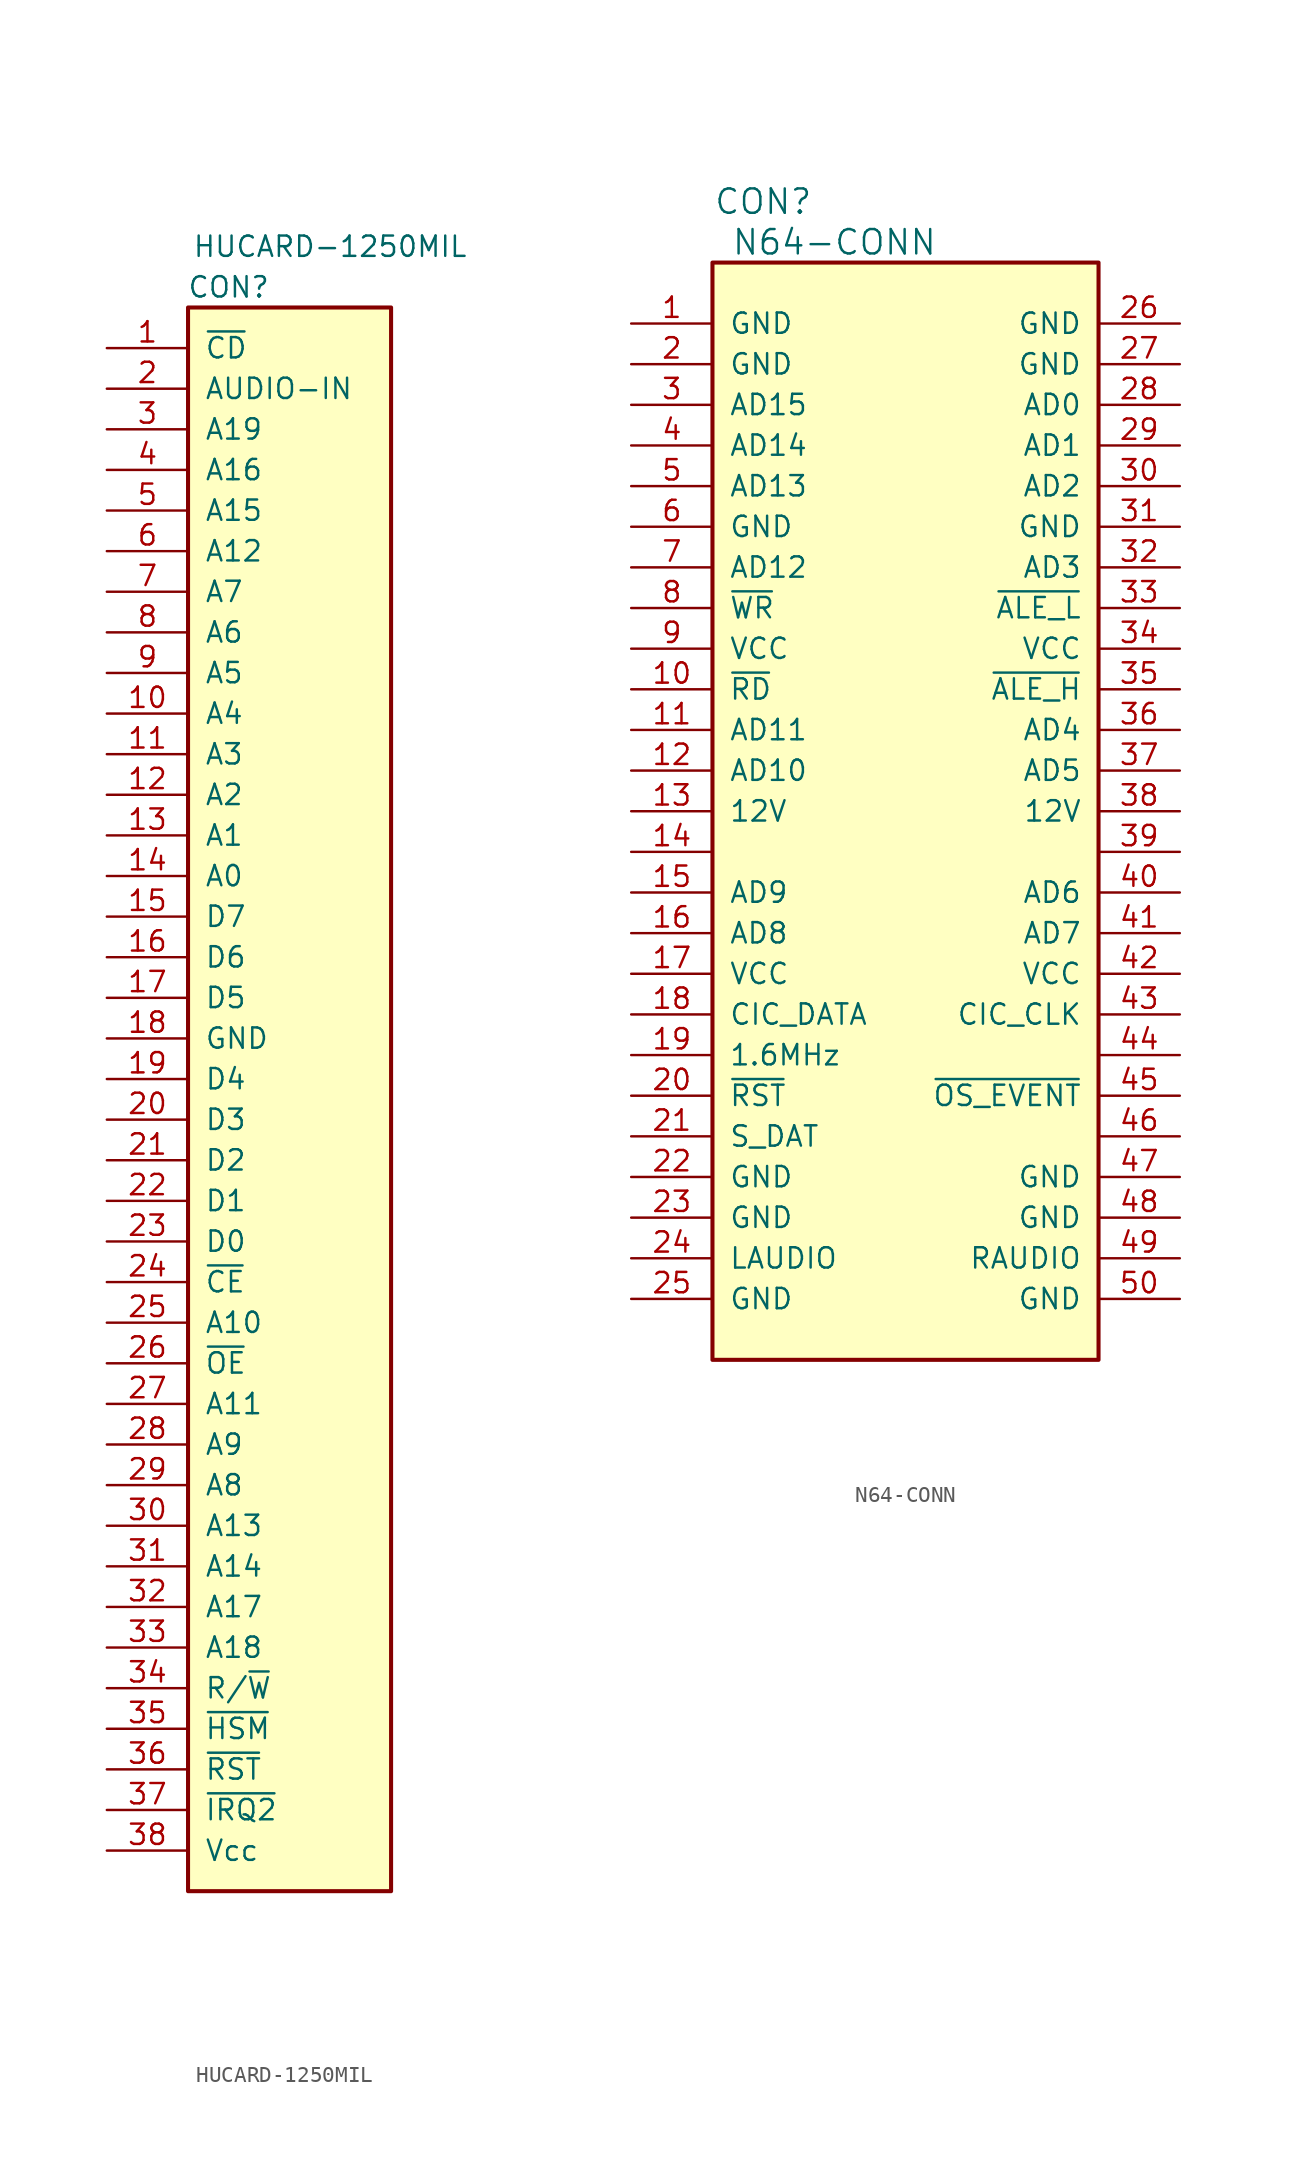
<source format=kicad_sym>
(kicad_symbol_lib
  (version 20220914)
  (generator kicad_symbol_editor)
  (symbol "HUCARD-1250MIL"
    (pin_names
      (offset 1.016))
    (property "Reference" "CON"
      (at 2.54 1.27 0)
      (effects (font (size 1.27 1.27))))
    (property "Value" "HUCARD-1250MIL"
      (at 8.89 3.81 0)
      (effects (font (size 1.27 1.27))))
    (symbol "HUCARD-1250MIL_0_1"
      (rectangle (start 0 0) (end 12.7 -99.06) (stroke (width 0.254) (type default)) (fill (type background))))
    (symbol "HUCARD-1250MIL_1_1"
      (pin input line (at -5.08 -2.54 0) (length 5.08) (name "~{CD}" (effects (font (size 1.27 1.27)))) (number "1" (effects (font (size 1.27 1.27)))))
      (pin input line (at -5.08 -25.4 0) (length 5.08) (name "A4" (effects (font (size 1.27 1.27)))) (number "10" (effects (font (size 1.27 1.27)))))
      (pin input line (at -5.08 -27.94 0) (length 5.08) (name "A3" (effects (font (size 1.27 1.27)))) (number "11" (effects (font (size 1.27 1.27)))))
      (pin input line (at -5.08 -30.48 0) (length 5.08) (name "A2" (effects (font (size 1.27 1.27)))) (number "12" (effects (font (size 1.27 1.27)))))
      (pin input line (at -5.08 -33.02 0) (length 5.08) (name "A1" (effects (font (size 1.27 1.27)))) (number "13" (effects (font (size 1.27 1.27)))))
      (pin input line (at -5.08 -35.56 0) (length 5.08) (name "A0" (effects (font (size 1.27 1.27)))) (number "14" (effects (font (size 1.27 1.27)))))
      (pin input line (at -5.08 -38.1 0) (length 5.08) (name "D7" (effects (font (size 1.27 1.27)))) (number "15" (effects (font (size 1.27 1.27)))))
      (pin input line (at -5.08 -40.64 0) (length 5.08) (name "D6" (effects (font (size 1.27 1.27)))) (number "16" (effects (font (size 1.27 1.27)))))
      (pin input line (at -5.08 -43.18 0) (length 5.08) (name "D5" (effects (font (size 1.27 1.27)))) (number "17" (effects (font (size 1.27 1.27)))))
      (pin power_in line (at -5.08 -45.72 0) (length 5.08) (name "GND" (effects (font (size 1.27 1.27)))) (number "18" (effects (font (size 1.27 1.27)))))
      (pin input line (at -5.08 -48.26 0) (length 5.08) (name "D4" (effects (font (size 1.27 1.27)))) (number "19" (effects (font (size 1.27 1.27)))))
      (pin input line (at -5.08 -5.08 0) (length 5.08) (name "AUDIO-IN" (effects (font (size 1.27 1.27)))) (number "2" (effects (font (size 1.27 1.27)))))
      (pin input line (at -5.08 -50.8 0) (length 5.08) (name "D3" (effects (font (size 1.27 1.27)))) (number "20" (effects (font (size 1.27 1.27)))))
      (pin input line (at -5.08 -53.34 0) (length 5.08) (name "D2" (effects (font (size 1.27 1.27)))) (number "21" (effects (font (size 1.27 1.27)))))
      (pin input line (at -5.08 -55.88 0) (length 5.08) (name "D1" (effects (font (size 1.27 1.27)))) (number "22" (effects (font (size 1.27 1.27)))))
      (pin input line (at -5.08 -58.42 0) (length 5.08) (name "D0" (effects (font (size 1.27 1.27)))) (number "23" (effects (font (size 1.27 1.27)))))
      (pin input line (at -5.08 -60.96 0) (length 5.08) (name "~{CE}" (effects (font (size 1.27 1.27)))) (number "24" (effects (font (size 1.27 1.27)))))
      (pin input line (at -5.08 -63.5 0) (length 5.08) (name "A10" (effects (font (size 1.27 1.27)))) (number "25" (effects (font (size 1.27 1.27)))))
      (pin input line (at -5.08 -66.04 0) (length 5.08) (name "~{OE}" (effects (font (size 1.27 1.27)))) (number "26" (effects (font (size 1.27 1.27)))))
      (pin input line (at -5.08 -68.58 0) (length 5.08) (name "A11" (effects (font (size 1.27 1.27)))) (number "27" (effects (font (size 1.27 1.27)))))
      (pin input line (at -5.08 -71.12 0) (length 5.08) (name "A9" (effects (font (size 1.27 1.27)))) (number "28" (effects (font (size 1.27 1.27)))))
      (pin input line (at -5.08 -73.66 0) (length 5.08) (name "A8" (effects (font (size 1.27 1.27)))) (number "29" (effects (font (size 1.27 1.27)))))
      (pin input line (at -5.08 -7.62 0) (length 5.08) (name "A19" (effects (font (size 1.27 1.27)))) (number "3" (effects (font (size 1.27 1.27)))))
      (pin input line (at -5.08 -76.2 0) (length 5.08) (name "A13" (effects (font (size 1.27 1.27)))) (number "30" (effects (font (size 1.27 1.27)))))
      (pin input line (at -5.08 -78.74 0) (length 5.08) (name "A14" (effects (font (size 1.27 1.27)))) (number "31" (effects (font (size 1.27 1.27)))))
      (pin input line (at -5.08 -81.28 0) (length 5.08) (name "A17" (effects (font (size 1.27 1.27)))) (number "32" (effects (font (size 1.27 1.27)))))
      (pin input line (at -5.08 -83.82 0) (length 5.08) (name "A18" (effects (font (size 1.27 1.27)))) (number "33" (effects (font (size 1.27 1.27)))))
      (pin input line (at -5.08 -86.36 0) (length 5.08) (name "R/~{W}" (effects (font (size 1.27 1.27)))) (number "34" (effects (font (size 1.27 1.27)))))
      (pin input line (at -5.08 -88.9 0) (length 5.08) (name "~{HSM}" (effects (font (size 1.27 1.27)))) (number "35" (effects (font (size 1.27 1.27)))))
      (pin input line (at -5.08 -91.44 0) (length 5.08) (name "~{RST}" (effects (font (size 1.27 1.27)))) (number "36" (effects (font (size 1.27 1.27)))))
      (pin input line (at -5.08 -93.98 0) (length 5.08) (name "~{IRQ2}" (effects (font (size 1.27 1.27)))) (number "37" (effects (font (size 1.27 1.27)))))
      (pin input line (at -5.08 -96.52 0) (length 5.08) (name "Vcc" (effects (font (size 1.27 1.27)))) (number "38" (effects (font (size 1.27 1.27)))))
      (pin input line (at -5.08 -10.16 0) (length 5.08) (name "A16" (effects (font (size 1.27 1.27)))) (number "4" (effects (font (size 1.27 1.27)))))
      (pin input line (at -5.08 -12.7 0) (length 5.08) (name "A15" (effects (font (size 1.27 1.27)))) (number "5" (effects (font (size 1.27 1.27)))))
      (pin input line (at -5.08 -15.24 0) (length 5.08) (name "A12" (effects (font (size 1.27 1.27)))) (number "6" (effects (font (size 1.27 1.27)))))
      (pin input line (at -5.08 -17.78 0) (length 5.08) (name "A7" (effects (font (size 1.27 1.27)))) (number "7" (effects (font (size 1.27 1.27)))))
      (pin input line (at -5.08 -20.32 0) (length 5.08) (name "A6" (effects (font (size 1.27 1.27)))) (number "8" (effects (font (size 1.27 1.27)))))
      (pin input line (at -5.08 -22.86 0) (length 5.08) (name "A5" (effects (font (size 1.27 1.27)))) (number "9" (effects (font (size 1.27 1.27)))))))
  (symbol "N64-CONN"
    (pin_names
      (offset 1.016))
    (property "Reference" "CON"
      (at 3.175 3.81 0)
      (effects (font (size 1.524 1.524))))
    (property "Value" "N64-CONN"
      (at 7.62 1.27 0)
      (effects (font (size 1.524 1.524))))
    (symbol "N64-CONN_0_1"
      (rectangle (start 0 0) (end 24.13 -68.58) (stroke (width 0.254) (type default)) (fill (type background))))
    (symbol "N64-CONN_1_1"
      (pin power_in line (at -5.08 -3.81 0) (length 5.08) (name "GND" (effects (font (size 1.27 1.27)))) (number "1" (effects (font (size 1.27 1.27)))))
      (pin output line (at -5.08 -26.67 0) (length 5.08) (name "~{RD}" (effects (font (size 1.27 1.27)))) (number "10" (effects (font (size 1.27 1.27)))))
      (pin tri_state line (at -5.08 -29.21 0) (length 5.08) (name "AD11" (effects (font (size 1.27 1.27)))) (number "11" (effects (font (size 1.27 1.27)))))
      (pin tri_state line (at -5.08 -31.75 0) (length 5.08) (name "AD10" (effects (font (size 1.27 1.27)))) (number "12" (effects (font (size 1.27 1.27)))))
      (pin power_in line (at -5.08 -34.29 0) (length 5.08) (name "12V" (effects (font (size 1.27 1.27)))) (number "13" (effects (font (size 1.27 1.27)))))
      (pin passive line (at -5.08 -36.83 0) (length 5.08) (name "~" (effects (font (size 1.27 1.27)))) (number "14" (effects (font (size 1.27 1.27)))))
      (pin tri_state line (at -5.08 -39.37 0) (length 5.08) (name "AD9" (effects (font (size 1.27 1.27)))) (number "15" (effects (font (size 1.27 1.27)))))
      (pin tri_state line (at -5.08 -41.91 0) (length 5.08) (name "AD8" (effects (font (size 1.27 1.27)))) (number "16" (effects (font (size 1.27 1.27)))))
      (pin power_in line (at -5.08 -44.45 0) (length 5.08) (name "VCC" (effects (font (size 1.27 1.27)))) (number "17" (effects (font (size 1.27 1.27)))))
      (pin tri_state line (at -5.08 -46.99 0) (length 5.08) (name "CIC_DATA" (effects (font (size 1.27 1.27)))) (number "18" (effects (font (size 1.27 1.27)))))
      (pin output line (at -5.08 -49.53 0) (length 5.08) (name "1.6MHz" (effects (font (size 1.27 1.27)))) (number "19" (effects (font (size 1.27 1.27)))))
      (pin power_in line (at -5.08 -6.35 0) (length 5.08) (name "GND" (effects (font (size 1.27 1.27)))) (number "2" (effects (font (size 1.27 1.27)))))
      (pin output line (at -5.08 -52.07 0) (length 5.08) (name "~{RST}" (effects (font (size 1.27 1.27)))) (number "20" (effects (font (size 1.27 1.27)))))
      (pin tri_state line (at -5.08 -54.61 0) (length 5.08) (name "S_DAT" (effects (font (size 1.27 1.27)))) (number "21" (effects (font (size 1.27 1.27)))))
      (pin power_in line (at -5.08 -57.15 0) (length 5.08) (name "GND" (effects (font (size 1.27 1.27)))) (number "22" (effects (font (size 1.27 1.27)))))
      (pin power_in line (at -5.08 -59.69 0) (length 5.08) (name "GND" (effects (font (size 1.27 1.27)))) (number "23" (effects (font (size 1.27 1.27)))))
      (pin output line (at -5.08 -62.23 0) (length 5.08) (name "LAUDIO" (effects (font (size 1.27 1.27)))) (number "24" (effects (font (size 1.27 1.27)))))
      (pin power_in line (at -5.08 -64.77 0) (length 5.08) (name "GND" (effects (font (size 1.27 1.27)))) (number "25" (effects (font (size 1.27 1.27)))))
      (pin power_in line (at 29.21 -3.81 180) (length 5.08) (name "GND" (effects (font (size 1.27 1.27)))) (number "26" (effects (font (size 1.27 1.27)))))
      (pin power_in line (at 29.21 -6.35 180) (length 5.08) (name "GND" (effects (font (size 1.27 1.27)))) (number "27" (effects (font (size 1.27 1.27)))))
      (pin tri_state line (at 29.21 -8.89 180) (length 5.08) (name "AD0" (effects (font (size 1.27 1.27)))) (number "28" (effects (font (size 1.27 1.27)))))
      (pin tri_state line (at 29.21 -11.43 180) (length 5.08) (name "AD1" (effects (font (size 1.27 1.27)))) (number "29" (effects (font (size 1.27 1.27)))))
      (pin tri_state line (at -5.08 -8.89 0) (length 5.08) (name "AD15" (effects (font (size 1.27 1.27)))) (number "3" (effects (font (size 1.27 1.27)))))
      (pin tri_state line (at 29.21 -13.97 180) (length 5.08) (name "AD2" (effects (font (size 1.27 1.27)))) (number "30" (effects (font (size 1.27 1.27)))))
      (pin power_in line (at 29.21 -16.51 180) (length 5.08) (name "GND" (effects (font (size 1.27 1.27)))) (number "31" (effects (font (size 1.27 1.27)))))
      (pin tri_state line (at 29.21 -19.05 180) (length 5.08) (name "AD3" (effects (font (size 1.27 1.27)))) (number "32" (effects (font (size 1.27 1.27)))))
      (pin output line (at 29.21 -21.59 180) (length 5.08) (name "~{ALE_L}" (effects (font (size 1.27 1.27)))) (number "33" (effects (font (size 1.27 1.27)))))
      (pin power_in line (at 29.21 -24.13 180) (length 5.08) (name "VCC" (effects (font (size 1.27 1.27)))) (number "34" (effects (font (size 1.27 1.27)))))
      (pin output line (at 29.21 -26.67 180) (length 5.08) (name "~{ALE_H}" (effects (font (size 1.27 1.27)))) (number "35" (effects (font (size 1.27 1.27)))))
      (pin tri_state line (at 29.21 -29.21 180) (length 5.08) (name "AD4" (effects (font (size 1.27 1.27)))) (number "36" (effects (font (size 1.27 1.27)))))
      (pin tri_state line (at 29.21 -31.75 180) (length 5.08) (name "AD5" (effects (font (size 1.27 1.27)))) (number "37" (effects (font (size 1.27 1.27)))))
      (pin power_in line (at 29.21 -34.29 180) (length 5.08) (name "12V" (effects (font (size 1.27 1.27)))) (number "38" (effects (font (size 1.27 1.27)))))
      (pin passive line (at 29.21 -36.83 180) (length 5.08) (name "~" (effects (font (size 1.27 1.27)))) (number "39" (effects (font (size 1.27 1.27)))))
      (pin tri_state line (at -5.08 -11.43 0) (length 5.08) (name "AD14" (effects (font (size 1.27 1.27)))) (number "4" (effects (font (size 1.27 1.27)))))
      (pin tri_state line (at 29.21 -39.37 180) (length 5.08) (name "AD6" (effects (font (size 1.27 1.27)))) (number "40" (effects (font (size 1.27 1.27)))))
      (pin tri_state line (at 29.21 -41.91 180) (length 5.08) (name "AD7" (effects (font (size 1.27 1.27)))) (number "41" (effects (font (size 1.27 1.27)))))
      (pin power_in line (at 29.21 -44.45 180) (length 5.08) (name "VCC" (effects (font (size 1.27 1.27)))) (number "42" (effects (font (size 1.27 1.27)))))
      (pin tri_state line (at 29.21 -46.99 180) (length 5.08) (name "CIC_CLK" (effects (font (size 1.27 1.27)))) (number "43" (effects (font (size 1.27 1.27)))))
      (pin passive line (at 29.21 -49.53 180) (length 5.08) (name "~" (effects (font (size 1.27 1.27)))) (number "44" (effects (font (size 1.27 1.27)))))
      (pin tri_state line (at 29.21 -52.07 180) (length 5.08) (name "~{OS_EVENT}" (effects (font (size 1.27 1.27)))) (number "45" (effects (font (size 1.27 1.27)))))
      (pin passive line (at 29.21 -54.61 180) (length 5.08) (name "~" (effects (font (size 1.27 1.27)))) (number "46" (effects (font (size 1.27 1.27)))))
      (pin power_in line (at 29.21 -57.15 180) (length 5.08) (name "GND" (effects (font (size 1.27 1.27)))) (number "47" (effects (font (size 1.27 1.27)))))
      (pin power_in line (at 29.21 -59.69 180) (length 5.08) (name "GND" (effects (font (size 1.27 1.27)))) (number "48" (effects (font (size 1.27 1.27)))))
      (pin output line (at 29.21 -62.23 180) (length 5.08) (name "RAUDIO" (effects (font (size 1.27 1.27)))) (number "49" (effects (font (size 1.27 1.27)))))
      (pin tri_state line (at -5.08 -13.97 0) (length 5.08) (name "AD13" (effects (font (size 1.27 1.27)))) (number "5" (effects (font (size 1.27 1.27)))))
      (pin power_out line (at 29.21 -64.77 180) (length 5.08) (name "GND" (effects (font (size 1.27 1.27)))) (number "50" (effects (font (size 1.27 1.27)))))
      (pin power_in line (at -5.08 -16.51 0) (length 5.08) (name "GND" (effects (font (size 1.27 1.27)))) (number "6" (effects (font (size 1.27 1.27)))))
      (pin tri_state line (at -5.08 -19.05 0) (length 5.08) (name "AD12" (effects (font (size 1.27 1.27)))) (number "7" (effects (font (size 1.27 1.27)))))
      (pin output line (at -5.08 -21.59 0) (length 5.08) (name "~{WR}" (effects (font (size 1.27 1.27)))) (number "8" (effects (font (size 1.27 1.27)))))
      (pin power_in line (at -5.08 -24.13 0) (length 5.08) (name "VCC" (effects (font (size 1.27 1.27)))) (number "9" (effects (font (size 1.27 1.27))))))))
</source>
